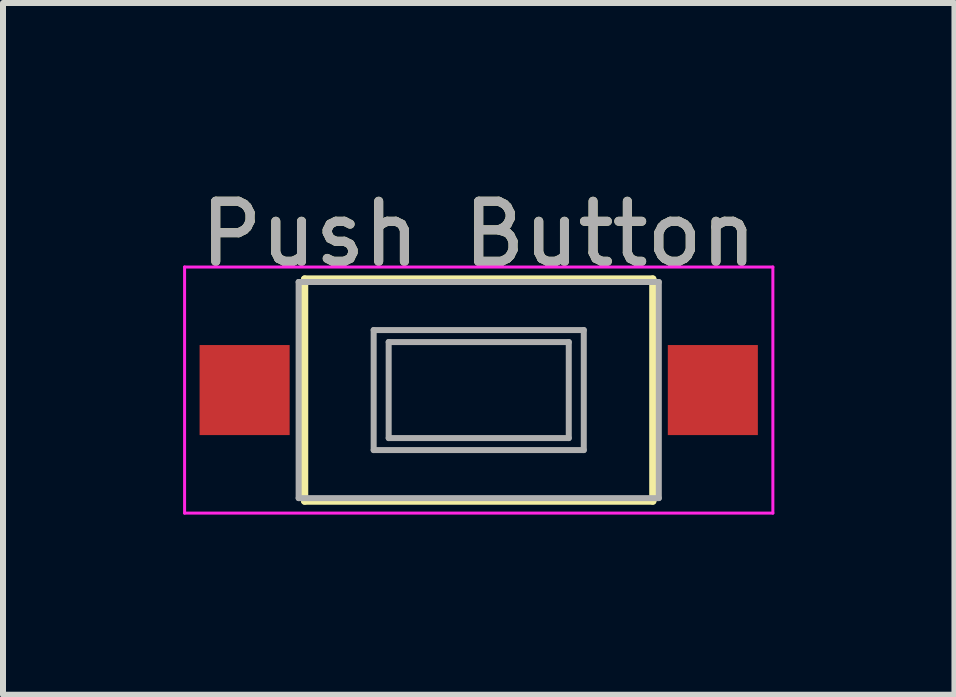
<source format=kicad_pcb>
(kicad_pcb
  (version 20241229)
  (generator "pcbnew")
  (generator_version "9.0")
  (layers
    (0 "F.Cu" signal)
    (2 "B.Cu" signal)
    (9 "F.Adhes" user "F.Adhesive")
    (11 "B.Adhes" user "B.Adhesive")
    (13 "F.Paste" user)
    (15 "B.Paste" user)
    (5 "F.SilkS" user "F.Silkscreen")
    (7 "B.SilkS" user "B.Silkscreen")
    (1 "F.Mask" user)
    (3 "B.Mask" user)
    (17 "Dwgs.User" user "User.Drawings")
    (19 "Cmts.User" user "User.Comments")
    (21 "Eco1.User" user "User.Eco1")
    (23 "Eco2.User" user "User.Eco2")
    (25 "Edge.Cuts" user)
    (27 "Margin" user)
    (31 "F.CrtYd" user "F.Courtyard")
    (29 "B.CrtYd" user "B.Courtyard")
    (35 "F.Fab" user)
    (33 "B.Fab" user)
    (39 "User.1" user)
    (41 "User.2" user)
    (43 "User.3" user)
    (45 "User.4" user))
  (footprint "Push Button"
    (layer "F.Cu")
    (at 4.925 3.448)
    (property "Reference" "Push Button" (at 0 -2.6 0) (layer "F.SilkS") (effects (font (size 1 1) (thickness 0.15))))
    (attr smd)
    (fp_line (start -2.9 -1.85) (end 2.9 -1.85) (stroke (width 0.12) (type solid)) (layer "F.SilkS"))
    (fp_line (start -2.9 1.85) (end -2.9 -1.85) (stroke (width 0.12) (type solid)) (layer "F.SilkS"))
    (fp_line (start 2.9 -1.85) (end 2.9 1.85) (stroke (width 0.12) (type solid)) (layer "F.SilkS"))
    (fp_line (start 2.9 1.85) (end -2.9 1.85) (stroke (width 0.12) (type solid)) (layer "F.SilkS"))
    (fp_line (start -4.9 -2.05) (end 4.9 -2.05) (stroke (width 0.05) (type solid)) (layer "F.CrtYd"))
    (fp_line (start -4.9 2.05) (end -4.9 -2.05) (stroke (width 0.05) (type solid)) (layer "F.CrtYd"))
    (fp_line (start 4.9 -2.05) (end 4.9 2.05) (stroke (width 0.05) (type solid)) (layer "F.CrtYd"))
    (fp_line (start 4.9 2.05) (end -4.9 2.05) (stroke (width 0.05) (type solid)) (layer "F.CrtYd"))
    (fp_line (start -3 -1.8) (end -3 1.8) (stroke (width 0.1) (type solid)) (layer "F.Fab"))
    (fp_line (start -3 -1.8) (end 3 -1.8) (stroke (width 0.1) (type solid)) (layer "F.Fab"))
    (fp_line (start -3 1.8) (end 3 1.8) (stroke (width 0.1) (type solid)) (layer "F.Fab"))
    (fp_line (start -1.75 -1) (end 1.75 -1) (stroke (width 0.1) (type solid)) (layer "F.Fab"))
    (fp_line (start -1.75 1) (end -1.75 -1) (stroke (width 0.1) (type solid)) (layer "F.Fab"))
    (fp_line (start -1.5 -0.8) (end -1.5 0.8) (stroke (width 0.1) (type solid)) (layer "F.Fab"))
    (fp_line (start -1.5 -0.8) (end 1.5 -0.8) (stroke (width 0.1) (type solid)) (layer "F.Fab"))
    (fp_line (start -1.5 0.8) (end 1.5 0.8) (stroke (width 0.1) (type solid)) (layer "F.Fab"))
    (fp_line (start 1.5 -0.8) (end 1.5 0.8) (stroke (width 0.1) (type solid)) (layer "F.Fab"))
    (fp_line (start 1.75 -1) (end 1.75 1) (stroke (width 0.1) (type solid)) (layer "F.Fab"))
    (fp_line (start 1.75 1) (end -1.75 1) (stroke (width 0.1) (type solid)) (layer "F.Fab"))
    (fp_line (start 3 -1.8) (end 3 1.8) (stroke (width 0.1) (type solid)) (layer "F.Fab"))
    (fp_text user "${REFERENCE}" (at 0 -2.6 0) (layer "F.Fab") (effects (font (size 1 1) (thickness 0.15))))
    (pad "1" smd rect (at -3.9 0) (size 1.5 1.5) (layers "F.Cu" "F.Mask" "F.Paste"))
    (pad "2" smd rect (at 3.9 0) (size 1.5 1.5) (layers "F.Cu" "F.Mask" "F.Paste")))
  (gr_rect
    (start -3 -3)
    (end 12.85 8.523)
    (stroke (width 0.1) (type default))
    (fill no)
    (layer "Edge.Cuts")))
</source>
